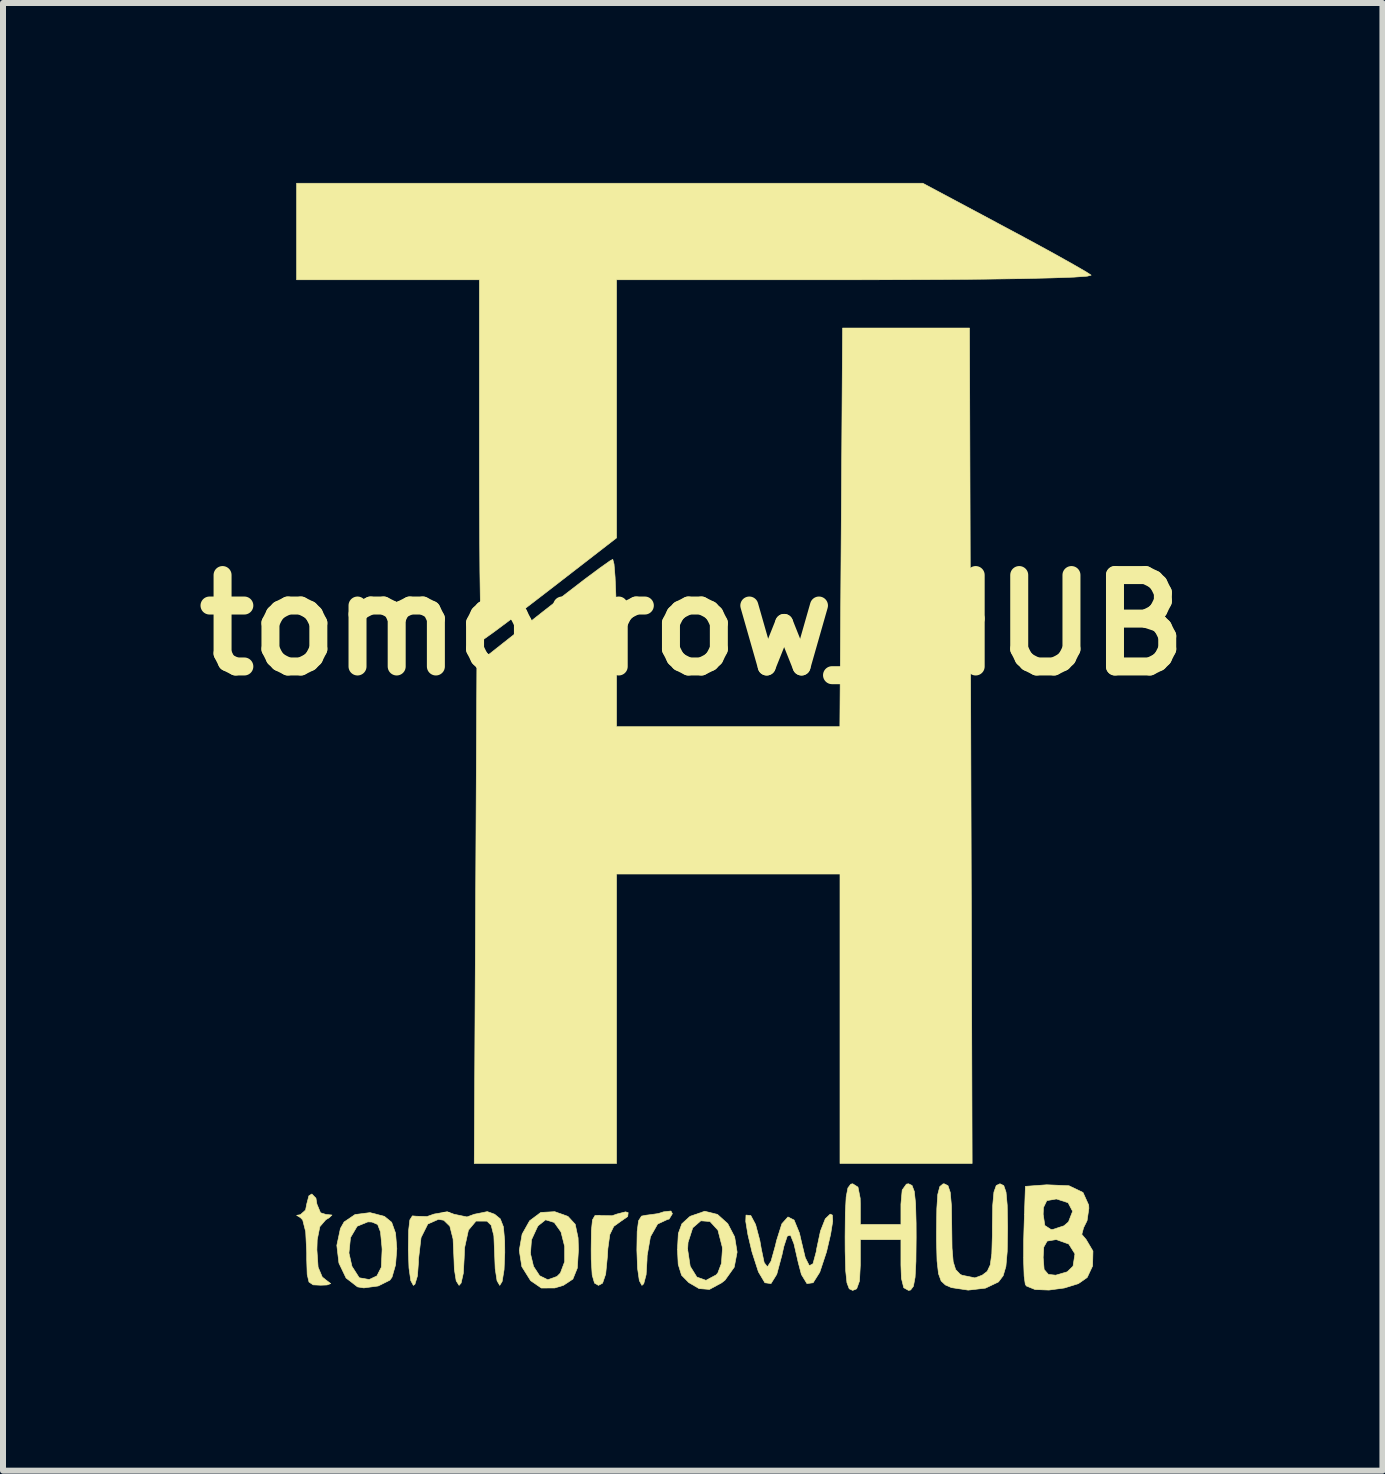
<source format=kicad_pcb>
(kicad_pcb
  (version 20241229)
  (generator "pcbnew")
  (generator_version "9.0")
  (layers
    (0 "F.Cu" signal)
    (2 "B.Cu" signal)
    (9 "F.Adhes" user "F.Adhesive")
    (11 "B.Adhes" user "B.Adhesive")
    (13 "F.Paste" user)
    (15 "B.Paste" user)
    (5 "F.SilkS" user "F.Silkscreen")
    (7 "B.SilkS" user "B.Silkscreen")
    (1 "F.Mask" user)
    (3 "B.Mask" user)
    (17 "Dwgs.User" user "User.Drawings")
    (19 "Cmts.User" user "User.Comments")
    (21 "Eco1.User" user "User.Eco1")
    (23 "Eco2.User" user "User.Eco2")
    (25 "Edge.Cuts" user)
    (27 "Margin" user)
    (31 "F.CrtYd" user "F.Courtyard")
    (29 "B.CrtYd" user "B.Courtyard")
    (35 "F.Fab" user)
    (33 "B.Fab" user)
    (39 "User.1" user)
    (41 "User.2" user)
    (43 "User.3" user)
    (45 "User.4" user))
  (footprint "tomorrow_HUB"
    (layer "F.Cu")
    (at 8.498 7.371)
    (property "Reference" "tomorrow_HUB" (at 0 0 0) (layer "F.SilkS") (effects (font (size 1.524 1.524) (thickness 0.3))))
    (attr through_hole)
    (fp_poly (pts (xy -0.339 9.812) (xy -0.394 9.902) (xy -0.417 9.906) (xy -0.585 9.984) (xy -0.705 10.196) (xy -0.76 10.512) (xy -0.762 10.589) (xy -0.777 10.829) (xy -0.817 10.98) (xy -0.847 11.007) (xy -0.89 10.928) (xy -0.92 10.719) (xy -0.931 10.419) (xy -0.926 10.107) (xy -0.903 9.93) (xy -0.854 9.852) (xy -0.783 9.838) (xy -0.575 9.81) (xy -0.487 9.781) (xy -0.363 9.767) (xy -0.339 9.812)) (stroke (width 0.01) (type solid)) (fill yes) (layer "F.SilkS"))
    (fp_poly (pts (xy -1.076 9.794) (xy -1.084 9.859) (xy -1.199 9.939) (xy -1.316 10.023) (xy -1.382 10.159) (xy -1.415 10.397) (xy -1.422 10.522) (xy -1.451 10.818) (xy -1.503 10.97) (xy -1.571 11.007) (xy -1.637 10.969) (xy -1.676 10.835) (xy -1.692 10.575) (xy -1.693 10.404) (xy -1.689 10.092) (xy -1.671 9.915) (xy -1.629 9.842) (xy -1.554 9.838) (xy -1.533 9.843) (xy -1.344 9.846) (xy -1.262 9.817) (xy -1.12 9.781) (xy -1.076 9.794)) (stroke (width 0.01) (type solid)) (fill yes) (layer "F.SilkS"))
    (fp_poly (pts (xy 4.636 2.011) (xy 4.658 8.975) (xy 2.455 8.975) (xy 2.455 4.149) (xy -1.27 4.149) (xy -1.27 8.975) (xy -3.642 8.975) (xy -3.62 4.81) (xy -3.598 0.646) (xy -2.498 -0.223) (xy -2.127 -0.513) (xy -1.802 -0.763) (xy -1.545 -0.954) (xy -1.381 -1.07) (xy -1.333 -1.096) (xy -1.312 -1.018) (xy -1.294 -0.798) (xy -1.28 -0.464) (xy -1.272 -0.044) (xy -1.27 0.296) (xy -1.27 1.693) (xy 2.453 1.693) (xy 2.476 -1.63) (xy 2.498 -4.953) (xy 4.614 -4.953) (xy 4.636 2.011)) (stroke (width 0.01) (type solid)) (fill yes) (layer "F.SilkS"))
    (fp_poly (pts (xy -6.281 9.554) (xy -6.265 9.652) (xy -6.205 9.796) (xy -6.117 9.824) (xy -6.014 9.834) (xy -6.059 9.878) (xy -6.117 9.913) (xy -6.216 10.028) (xy -6.26 10.247) (xy -6.265 10.414) (xy -6.245 10.703) (xy -6.176 10.867) (xy -6.117 10.915) (xy -6.035 10.977) (xy -6.096 11) (xy -6.202 11.004) (xy -6.328 10.998) (xy -6.397 10.951) (xy -6.427 10.824) (xy -6.435 10.579) (xy -6.435 10.463) (xy -6.452 10.113) (xy -6.502 9.916) (xy -6.54 9.877) (xy -6.603 9.839) (xy -6.54 9.828) (xy -6.454 9.751) (xy -6.435 9.652) (xy -6.399 9.514) (xy -6.35 9.483) (xy -6.281 9.554)) (stroke (width 0.01) (type solid)) (fill yes) (layer "F.SilkS"))
    (fp_poly (pts (xy 5.199 -6.638) (xy 5.639 -6.402) (xy 6.029 -6.189) (xy 6.343 -6.013) (xy 6.556 -5.89) (xy 6.642 -5.834) (xy 6.578 -5.817) (xy 6.356 -5.801) (xy 5.987 -5.788) (xy 5.482 -5.776) (xy 4.852 -5.767) (xy 4.108 -5.761) (xy 3.261 -5.758) (xy 2.726 -5.757) (xy -1.27 -5.757) (xy -1.27 -1.454) (xy -2.373 -0.6) (xy -2.744 -0.315) (xy -3.067 -0.07) (xy -3.318 0.117) (xy -3.475 0.229) (xy -3.516 0.254) (xy -3.526 0.173) (xy -3.534 -0.059) (xy -3.541 -0.422) (xy -3.548 -0.898) (xy -3.552 -1.466) (xy -3.555 -2.109) (xy -3.556 -2.752) (xy -3.556 -5.757) (xy -6.604 -5.757) (xy -6.604 -7.366) (xy 3.836 -7.366) (xy 5.199 -6.638)) (stroke (width 0.01) (type solid)) (fill yes) (layer "F.SilkS"))
    (fp_poly (pts (xy -5.14 9.856) (xy -5.019 9.955) (xy -4.954 10.136) (xy -4.933 10.396) (xy -4.954 10.665) (xy -5.013 10.87) (xy -5.049 10.92) (xy -5.243 11.017) (xy -5.483 11.049) (xy -5.588 11.032) (xy -5.779 10.884) (xy -5.898 10.635) (xy -5.918 10.467) (xy -5.731 10.467) (xy -5.681 10.689) (xy -5.559 10.88) (xy -5.393 10.909) (xy -5.265 10.849) (xy -5.191 10.704) (xy -5.178 10.406) (xy -5.181 10.363) (xy -5.205 10.115) (xy -5.252 9.992) (xy -5.347 9.951) (xy -5.415 9.948) (xy -5.594 10.021) (xy -5.705 10.21) (xy -5.731 10.467) (xy -5.918 10.467) (xy -5.933 10.34) (xy -5.873 10.058) (xy -5.812 9.95) (xy -5.628 9.825) (xy -5.379 9.794) (xy -5.14 9.856)) (stroke (width 0.01) (type solid)) (fill yes) (layer "F.SilkS"))
    (fp_poly (pts (xy -2.08 9.857) (xy -1.959 9.988) (xy -1.911 10.215) (xy -1.905 10.414) (xy -1.924 10.719) (xy -1.998 10.902) (xy -2.155 11.006) (xy -2.3 11.05) (xy -2.524 11.051) (xy -2.702 10.929) (xy -2.849 10.694) (xy -2.883 10.478) (xy -2.705 10.478) (xy -2.654 10.69) (xy -2.552 10.846) (xy -2.416 10.913) (xy -2.263 10.858) (xy -2.206 10.801) (xy -2.135 10.612) (xy -2.135 10.358) (xy -2.196 10.116) (xy -2.308 9.959) (xy -2.312 9.957) (xy -2.453 9.914) (xy -2.574 10.01) (xy -2.587 10.028) (xy -2.688 10.247) (xy -2.705 10.478) (xy -2.883 10.478) (xy -2.891 10.421) (xy -2.844 10.153) (xy -2.719 9.93) (xy -2.533 9.791) (xy -2.3 9.778) (xy -2.08 9.857)) (stroke (width 0.01) (type solid)) (fill yes) (layer "F.SilkS"))
    (fp_poly (pts (xy 0.413 9.824) (xy 0.584 9.978) (xy 0.699 10.199) (xy 0.74 10.452) (xy 0.692 10.704) (xy 0.538 10.92) (xy 0.482 10.964) (xy 0.279 11.074) (xy 0.105 11.06) (xy -0.066 10.96) (xy -0.186 10.838) (xy -0.242 10.656) (xy -0.254 10.411) (xy -0.254 10.407) (xy -0.085 10.407) (xy -0.042 10.689) (xy 0.069 10.868) (xy 0.221 10.923) (xy 0.389 10.833) (xy 0.418 10.801) (xy 0.479 10.64) (xy 0.495 10.403) (xy 0.492 10.365) (xy 0.42 10.086) (xy 0.288 9.942) (xy 0.135 9.93) (xy 0.000175 10.047) (xy -0.078 10.29) (xy -0.085 10.407) (xy -0.254 10.407) (xy -0.24 10.142) (xy -0.181 9.98) (xy -0.054 9.864) (xy -0.039 9.854) (xy 0.2 9.771) (xy 0.413 9.824)) (stroke (width 0.01) (type solid)) (fill yes) (layer "F.SilkS"))
    (fp_poly (pts (xy 3.656 9.341) (xy 3.694 9.441) (xy 3.715 9.641) (xy 3.724 9.968) (xy 3.725 10.202) (xy 3.721 10.608) (xy 3.707 10.872) (xy 3.679 11.022) (xy 3.632 11.084) (xy 3.598 11.091) (xy 3.518 11.046) (xy 3.479 10.889) (xy 3.471 10.668) (xy 3.471 10.245) (xy 2.794 10.245) (xy 2.794 10.668) (xy 2.78 10.934) (xy 2.733 11.064) (xy 2.667 11.091) (xy 2.609 11.064) (xy 2.571 10.964) (xy 2.55 10.764) (xy 2.541 10.437) (xy 2.54 10.202) (xy 2.544 9.796) (xy 2.558 9.532) (xy 2.587 9.383) (xy 2.634 9.32) (xy 2.667 9.313) (xy 2.755 9.369) (xy 2.792 9.555) (xy 2.794 9.652) (xy 2.794 9.991) (xy 3.471 9.991) (xy 3.471 9.652) (xy 3.492 9.417) (xy 3.562 9.319) (xy 3.598 9.313) (xy 3.656 9.341)) (stroke (width 0.01) (type solid)) (fill yes) (layer "F.SilkS"))
    (fp_poly (pts (xy 5.185 9.343) (xy 5.223 9.453) (xy 5.243 9.671) (xy 5.249 10.026) (xy 5.249 10.062) (xy 5.243 10.442) (xy 5.221 10.69) (xy 5.175 10.846) (xy 5.099 10.947) (xy 5.094 10.951) (xy 4.88 11.053) (xy 4.592 11.086) (xy 4.313 11.044) (xy 4.212 11) (xy 4.141 10.933) (xy 4.097 10.811) (xy 4.073 10.599) (xy 4.064 10.263) (xy 4.064 10.113) (xy 4.069 9.731) (xy 4.085 9.49) (xy 4.119 9.36) (xy 4.173 9.315) (xy 4.191 9.313) (xy 4.255 9.344) (xy 4.293 9.456) (xy 4.313 9.679) (xy 4.318 10.03) (xy 4.323 10.387) (xy 4.342 10.612) (xy 4.383 10.743) (xy 4.454 10.818) (xy 4.487 10.837) (xy 4.704 10.882) (xy 4.826 10.837) (xy 4.91 10.773) (xy 4.96 10.666) (xy 4.986 10.477) (xy 4.995 10.17) (xy 4.995 10.03) (xy 5.001 9.671) (xy 5.021 9.452) (xy 5.06 9.342) (xy 5.122 9.313) (xy 5.185 9.343)) (stroke (width 0.01) (type solid)) (fill yes) (layer "F.SilkS"))
    (fp_poly (pts (xy 2.328 9.835) (xy 2.334 9.937) (xy 2.299 10.154) (xy 2.232 10.441) (xy 2.23 10.449) (xy 2.118 10.787) (xy 2.007 10.963) (xy 1.904 10.977) (xy 1.812 10.826) (xy 1.759 10.625) (xy 1.688 10.315) (xy 1.63 10.169) (xy 1.576 10.185) (xy 1.519 10.358) (xy 1.488 10.498) (xy 1.401 10.822) (xy 1.305 10.977) (xy 1.203 10.963) (xy 1.095 10.781) (xy 0.988 10.449) (xy 0.92 10.161) (xy 0.884 9.941) (xy 0.888 9.836) (xy 0.889 9.835) (xy 0.968 9.842) (xy 1.048 9.992) (xy 1.119 10.26) (xy 1.142 10.393) (xy 1.191 10.627) (xy 1.245 10.698) (xy 1.306 10.603) (xy 1.379 10.341) (xy 1.398 10.259) (xy 1.486 9.98) (xy 1.588 9.866) (xy 1.69 9.918) (xy 1.779 10.135) (xy 1.804 10.245) (xy 1.876 10.545) (xy 1.944 10.679) (xy 2.005 10.646) (xy 2.059 10.446) (xy 2.066 10.399) (xy 2.13 10.1) (xy 2.21 9.897) (xy 2.292 9.819) (xy 2.328 9.835)) (stroke (width 0.01) (type solid)) (fill yes) (layer "F.SilkS"))
    (fp_poly (pts (xy -3.302 9.821) (xy -3.208 9.898) (xy -3.156 10.031) (xy -3.135 10.264) (xy -3.133 10.459) (xy -3.145 10.746) (xy -3.177 10.942) (xy -3.217 11.007) (xy -3.262 10.93) (xy -3.293 10.728) (xy -3.302 10.496) (xy -3.315 10.181) (xy -3.36 10.004) (xy -3.43 9.936) (xy -3.613 9.935) (xy -3.739 10.086) (xy -3.803 10.379) (xy -3.81 10.551) (xy -3.824 10.803) (xy -3.861 10.968) (xy -3.895 11.007) (xy -3.943 10.931) (xy -3.974 10.736) (xy -3.979 10.59) (xy -3.995 10.234) (xy -4.049 10.02) (xy -4.15 9.921) (xy -4.239 9.906) (xy -4.416 9.984) (xy -4.529 10.21) (xy -4.572 10.577) (xy -4.572 10.62) (xy -4.589 10.849) (xy -4.631 10.988) (xy -4.657 11.007) (xy -4.7 10.928) (xy -4.73 10.718) (xy -4.741 10.412) (xy -4.741 10.405) (xy -4.736 10.091) (xy -4.716 9.916) (xy -4.673 9.848) (xy -4.608 9.854) (xy -4.429 9.859) (xy -4.312 9.818) (xy -4.093 9.779) (xy -3.979 9.821) (xy -3.763 9.866) (xy -3.641 9.821) (xy -3.424 9.777) (xy -3.302 9.821)) (stroke (width 0.01) (type solid)) (fill yes) (layer "F.SilkS"))
    (fp_poly (pts (xy 6.273 9.346) (xy 6.506 9.458) (xy 6.601 9.668) (xy 6.604 9.723) (xy 6.574 9.928) (xy 6.516 10.045) (xy 6.486 10.157) (xy 6.558 10.242) (xy 6.672 10.435) (xy 6.666 10.683) (xy 6.576 10.875) (xy 6.429 10.978) (xy 6.197 11.05) (xy 5.938 11.085) (xy 5.707 11.076) (xy 5.562 11.017) (xy 5.544 10.989) (xy 5.525 10.853) (xy 5.516 10.594) (xy 5.516 10.541) (xy 5.842 10.541) (xy 5.858 10.742) (xy 5.929 10.824) (xy 6.051 10.837) (xy 6.243 10.781) (xy 6.34 10.687) (xy 6.372 10.482) (xy 6.269 10.318) (xy 6.066 10.245) (xy 6.049 10.245) (xy 5.909 10.268) (xy 5.852 10.369) (xy 5.842 10.541) (xy 5.516 10.541) (xy 5.517 10.259) (xy 5.521 10.111) (xy 5.53 9.821) (xy 5.842 9.821) (xy 5.87 10.009) (xy 5.971 10.074) (xy 6.001 10.075) (xy 6.188 10.014) (xy 6.264 9.949) (xy 6.333 9.772) (xy 6.258 9.629) (xy 6.066 9.567) (xy 6.056 9.567) (xy 5.903 9.594) (xy 5.847 9.709) (xy 5.842 9.821) (xy 5.53 9.821) (xy 5.546 9.356) (xy 5.902 9.33) (xy 6.273 9.346)) (stroke (width 0.01) (type solid)) (fill yes) (layer "F.SilkS")))
  (gr_rect
    (start -3 -3)
    (end 19.996 21.467)
    (stroke (width 0.1) (type default))
    (fill no)
    (layer "Edge.Cuts")))
</source>
